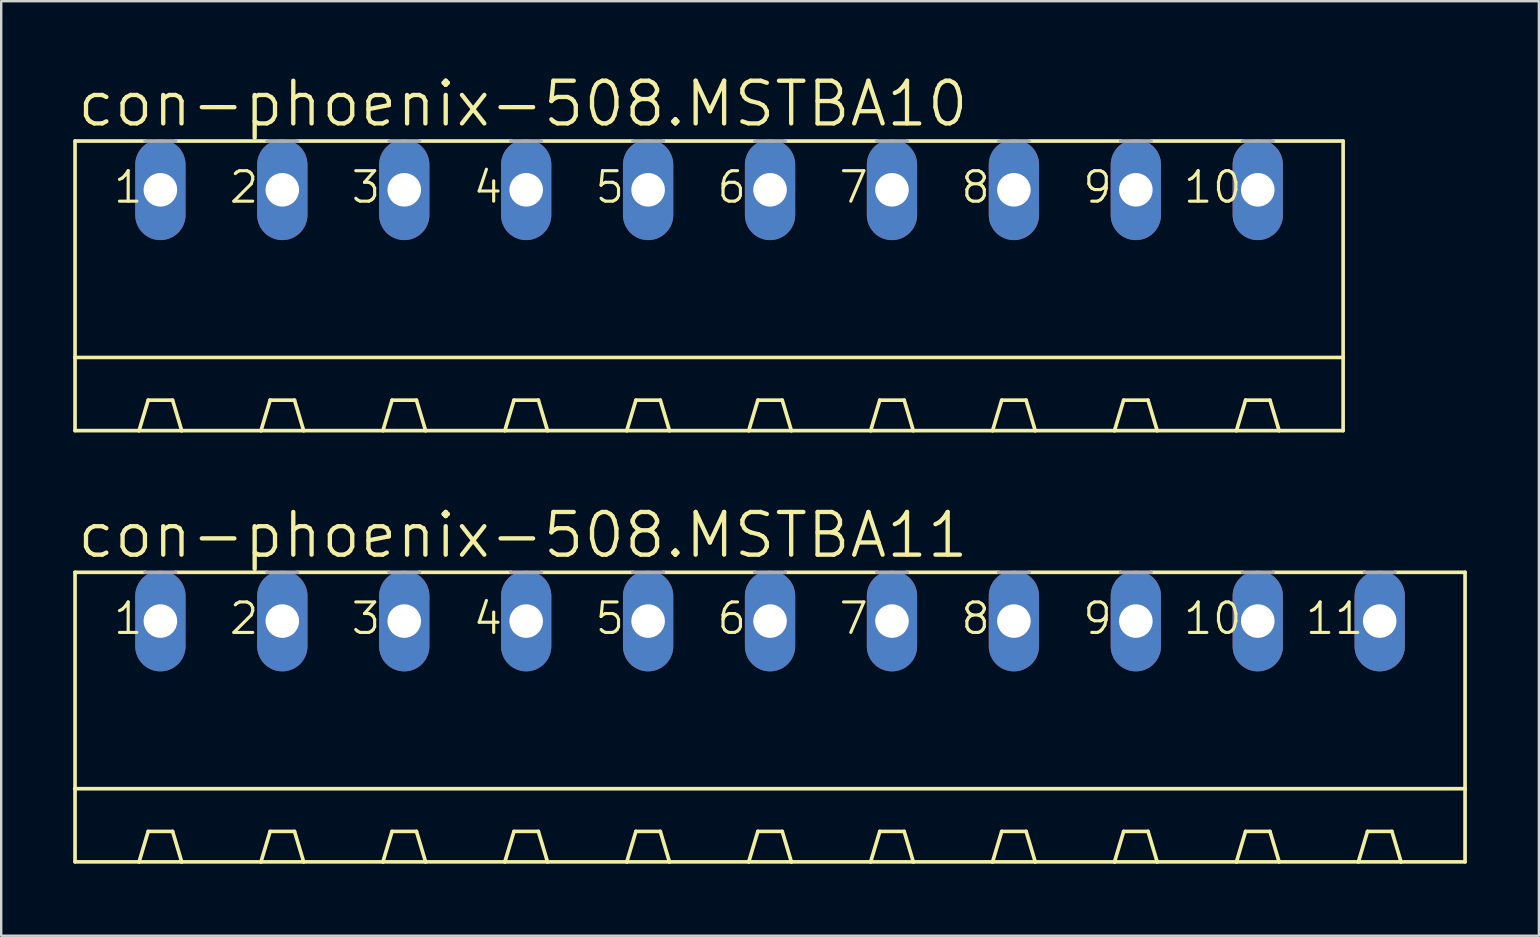
<source format=kicad_pcb>
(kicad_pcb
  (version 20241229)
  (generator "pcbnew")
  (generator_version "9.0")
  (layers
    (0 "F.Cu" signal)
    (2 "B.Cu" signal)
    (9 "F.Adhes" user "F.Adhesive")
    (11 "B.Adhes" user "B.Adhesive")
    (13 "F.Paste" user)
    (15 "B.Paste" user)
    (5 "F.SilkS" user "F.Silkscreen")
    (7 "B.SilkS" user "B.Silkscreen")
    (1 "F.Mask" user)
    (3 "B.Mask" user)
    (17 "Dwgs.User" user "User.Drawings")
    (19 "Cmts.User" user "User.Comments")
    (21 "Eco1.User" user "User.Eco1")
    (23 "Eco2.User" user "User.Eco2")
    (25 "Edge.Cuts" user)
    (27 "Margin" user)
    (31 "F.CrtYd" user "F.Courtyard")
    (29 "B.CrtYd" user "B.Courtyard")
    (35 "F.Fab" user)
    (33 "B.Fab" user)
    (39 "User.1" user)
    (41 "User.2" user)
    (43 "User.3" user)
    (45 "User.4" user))
  (footprint "con-phoenix-508.MSTBA10"
    (layer "F.Cu")
    (at 26.492 9.938)
    (property "Reference" "con-phoenix-508.MSTBA10" (at -26.416 -7.62 0) (layer "F.SilkS") (effects (font (size 1.778 1.778) (thickness 0.18)) (justify left bottom)))
    (attr through_hole)
    (fp_line (start -26.416 -7.112) (end -26.416 1.905) (stroke (width 0.152) (type default)) (layer "F.SilkS"))
    (fp_line (start -26.416 -7.112) (end -23.495 -7.112) (stroke (width 0.152) (type default)) (layer "F.SilkS"))
    (fp_line (start -26.416 1.905) (end -26.416 4.953) (stroke (width 0.152) (type default)) (layer "F.SilkS"))
    (fp_line (start -26.416 1.905) (end 26.416 1.905) (stroke (width 0.152) (type default)) (layer "F.SilkS"))
    (fp_line (start -26.416 4.953) (end -23.749 4.953) (stroke (width 0.152) (type default)) (layer "F.SilkS"))
    (fp_line (start -23.749 4.953) (end -23.368 3.683) (stroke (width 0.152) (type default)) (layer "F.SilkS"))
    (fp_line (start -23.749 4.953) (end -21.971 4.953) (stroke (width 0.152) (type default)) (layer "F.SilkS"))
    (fp_line (start -22.352 3.683) (end -23.368 3.683) (stroke (width 0.152) (type default)) (layer "F.SilkS"))
    (fp_line (start -22.225 -7.112) (end -18.415 -7.112) (stroke (width 0.152) (type default)) (layer "F.SilkS"))
    (fp_line (start -21.971 4.953) (end -22.352 3.683) (stroke (width 0.152) (type default)) (layer "F.SilkS"))
    (fp_line (start -21.971 4.953) (end -18.669 4.953) (stroke (width 0.152) (type default)) (layer "F.SilkS"))
    (fp_line (start -18.669 4.953) (end -18.288 3.683) (stroke (width 0.152) (type default)) (layer "F.SilkS"))
    (fp_line (start -18.669 4.953) (end -16.891 4.953) (stroke (width 0.152) (type default)) (layer "F.SilkS"))
    (fp_line (start -18.288 3.683) (end -17.272 3.683) (stroke (width 0.152) (type default)) (layer "F.SilkS"))
    (fp_line (start -17.145 -7.112) (end -13.335 -7.112) (stroke (width 0.152) (type default)) (layer "F.SilkS"))
    (fp_line (start -16.891 4.953) (end -17.272 3.683) (stroke (width 0.152) (type default)) (layer "F.SilkS"))
    (fp_line (start -16.891 4.953) (end -13.589 4.953) (stroke (width 0.152) (type default)) (layer "F.SilkS"))
    (fp_line (start -13.589 4.953) (end -13.208 3.683) (stroke (width 0.152) (type default)) (layer "F.SilkS"))
    (fp_line (start -13.589 4.953) (end -11.811 4.953) (stroke (width 0.152) (type default)) (layer "F.SilkS"))
    (fp_line (start -13.208 3.683) (end -12.192 3.683) (stroke (width 0.152) (type default)) (layer "F.SilkS"))
    (fp_line (start -12.065 -7.112) (end -8.255 -7.112) (stroke (width 0.152) (type default)) (layer "F.SilkS"))
    (fp_line (start -11.811 4.953) (end -12.192 3.683) (stroke (width 0.152) (type default)) (layer "F.SilkS"))
    (fp_line (start -11.811 4.953) (end -8.509 4.953) (stroke (width 0.152) (type default)) (layer "F.SilkS"))
    (fp_line (start -8.509 4.953) (end -8.128 3.683) (stroke (width 0.152) (type default)) (layer "F.SilkS"))
    (fp_line (start -8.509 4.953) (end -6.731 4.953) (stroke (width 0.152) (type default)) (layer "F.SilkS"))
    (fp_line (start -8.128 3.683) (end -7.112 3.683) (stroke (width 0.152) (type default)) (layer "F.SilkS"))
    (fp_line (start -6.985 -7.112) (end -3.175 -7.112) (stroke (width 0.152) (type default)) (layer "F.SilkS"))
    (fp_line (start -6.731 4.953) (end -7.112 3.683) (stroke (width 0.152) (type default)) (layer "F.SilkS"))
    (fp_line (start -6.731 4.953) (end -3.429 4.953) (stroke (width 0.152) (type default)) (layer "F.SilkS"))
    (fp_line (start -3.429 4.953) (end -3.048 3.683) (stroke (width 0.152) (type default)) (layer "F.SilkS"))
    (fp_line (start -3.429 4.953) (end -1.651 4.953) (stroke (width 0.152) (type default)) (layer "F.SilkS"))
    (fp_line (start -3.048 3.683) (end -2.032 3.683) (stroke (width 0.152) (type default)) (layer "F.SilkS"))
    (fp_line (start -1.905 -7.112) (end 1.905 -7.112) (stroke (width 0.152) (type default)) (layer "F.SilkS"))
    (fp_line (start -1.651 4.953) (end -2.032 3.683) (stroke (width 0.152) (type default)) (layer "F.SilkS"))
    (fp_line (start -1.651 4.953) (end 1.651 4.953) (stroke (width 0.152) (type default)) (layer "F.SilkS"))
    (fp_line (start 1.651 4.953) (end 2.032 3.683) (stroke (width 0.152) (type default)) (layer "F.SilkS"))
    (fp_line (start 1.651 4.953) (end 3.429 4.953) (stroke (width 0.152) (type default)) (layer "F.SilkS"))
    (fp_line (start 2.032 3.683) (end 3.048 3.683) (stroke (width 0.152) (type default)) (layer "F.SilkS"))
    (fp_line (start 3.175 -7.112) (end 6.985 -7.112) (stroke (width 0.152) (type default)) (layer "F.SilkS"))
    (fp_line (start 3.429 4.953) (end 3.048 3.683) (stroke (width 0.152) (type default)) (layer "F.SilkS"))
    (fp_line (start 3.429 4.953) (end 6.731 4.953) (stroke (width 0.152) (type default)) (layer "F.SilkS"))
    (fp_line (start 6.731 4.953) (end 7.112 3.683) (stroke (width 0.152) (type default)) (layer "F.SilkS"))
    (fp_line (start 6.731 4.953) (end 8.509 4.953) (stroke (width 0.152) (type default)) (layer "F.SilkS"))
    (fp_line (start 7.112 3.683) (end 8.128 3.683) (stroke (width 0.152) (type default)) (layer "F.SilkS"))
    (fp_line (start 8.255 -7.112) (end 12.065 -7.112) (stroke (width 0.152) (type default)) (layer "F.SilkS"))
    (fp_line (start 8.509 4.953) (end 8.128 3.683) (stroke (width 0.152) (type default)) (layer "F.SilkS"))
    (fp_line (start 8.509 4.953) (end 11.811 4.953) (stroke (width 0.152) (type default)) (layer "F.SilkS"))
    (fp_line (start 11.811 4.953) (end 12.192 3.683) (stroke (width 0.152) (type default)) (layer "F.SilkS"))
    (fp_line (start 11.811 4.953) (end 13.589 4.953) (stroke (width 0.152) (type default)) (layer "F.SilkS"))
    (fp_line (start 12.192 3.683) (end 13.208 3.683) (stroke (width 0.152) (type default)) (layer "F.SilkS"))
    (fp_line (start 13.335 -7.112) (end 17.145 -7.112) (stroke (width 0.152) (type default)) (layer "F.SilkS"))
    (fp_line (start 13.589 4.953) (end 13.208 3.683) (stroke (width 0.152) (type default)) (layer "F.SilkS"))
    (fp_line (start 13.589 4.953) (end 16.891 4.953) (stroke (width 0.152) (type default)) (layer "F.SilkS"))
    (fp_line (start 16.891 4.953) (end 17.272 3.683) (stroke (width 0.152) (type default)) (layer "F.SilkS"))
    (fp_line (start 16.891 4.953) (end 18.669 4.953) (stroke (width 0.152) (type default)) (layer "F.SilkS"))
    (fp_line (start 17.272 3.683) (end 18.288 3.683) (stroke (width 0.152) (type default)) (layer "F.SilkS"))
    (fp_line (start 18.415 -7.112) (end 22.225 -7.112) (stroke (width 0.152) (type default)) (layer "F.SilkS"))
    (fp_line (start 18.669 4.953) (end 18.288 3.683) (stroke (width 0.152) (type default)) (layer "F.SilkS"))
    (fp_line (start 18.669 4.953) (end 21.971 4.953) (stroke (width 0.152) (type default)) (layer "F.SilkS"))
    (fp_line (start 21.971 4.953) (end 22.352 3.683) (stroke (width 0.152) (type default)) (layer "F.SilkS"))
    (fp_line (start 21.971 4.953) (end 23.749 4.953) (stroke (width 0.152) (type default)) (layer "F.SilkS"))
    (fp_line (start 22.352 3.683) (end 23.368 3.683) (stroke (width 0.152) (type default)) (layer "F.SilkS"))
    (fp_line (start 23.495 -7.112) (end 26.416 -7.112) (stroke (width 0.152) (type default)) (layer "F.SilkS"))
    (fp_line (start 23.749 4.953) (end 23.368 3.683) (stroke (width 0.152) (type default)) (layer "F.SilkS"))
    (fp_line (start 23.749 4.953) (end 26.416 4.953) (stroke (width 0.152) (type default)) (layer "F.SilkS"))
    (fp_line (start 26.416 -7.112) (end 26.416 1.905) (stroke (width 0.152) (type default)) (layer "F.SilkS"))
    (fp_line (start 26.416 1.905) (end 26.416 4.953) (stroke (width 0.152) (type default)) (layer "F.SilkS"))
    (fp_line (start -23.495 -7.112) (end -22.225 -7.112) (stroke (width 0.152) (type default)) (layer "F.Fab"))
    (fp_line (start -18.415 -7.112) (end -17.145 -7.112) (stroke (width 0.152) (type default)) (layer "F.Fab"))
    (fp_line (start -13.335 -7.112) (end -12.065 -7.112) (stroke (width 0.152) (type default)) (layer "F.Fab"))
    (fp_line (start -8.255 -7.112) (end -6.985 -7.112) (stroke (width 0.152) (type default)) (layer "F.Fab"))
    (fp_line (start -3.175 -7.112) (end -1.905 -7.112) (stroke (width 0.152) (type default)) (layer "F.Fab"))
    (fp_line (start 1.905 -7.112) (end 3.175 -7.112) (stroke (width 0.152) (type default)) (layer "F.Fab"))
    (fp_line (start 6.985 -7.112) (end 8.255 -7.112) (stroke (width 0.152) (type default)) (layer "F.Fab"))
    (fp_line (start 12.065 -7.112) (end 13.335 -7.112) (stroke (width 0.152) (type default)) (layer "F.Fab"))
    (fp_line (start 17.145 -7.112) (end 18.415 -7.112) (stroke (width 0.152) (type default)) (layer "F.Fab"))
    (fp_line (start 22.225 -7.112) (end 23.495 -7.112) (stroke (width 0.152) (type default)) (layer "F.Fab"))
    (fp_text user "6" (at 0.254 -4.445 0) (layer "F.SilkS") (effects (font (size 1.27 1.27) (thickness 0.13)) (justify left bottom)))
    (fp_text user "9" (at 15.494 -4.445 0) (layer "F.SilkS") (effects (font (size 1.27 1.27) (thickness 0.13)) (justify left bottom)))
    (fp_text user "7" (at 5.334 -4.445 0) (layer "F.SilkS") (effects (font (size 1.27 1.27) (thickness 0.13)) (justify left bottom)))
    (fp_text user "3" (at -14.986 -4.445 0) (layer "F.SilkS") (effects (font (size 1.27 1.27) (thickness 0.13)) (justify left bottom)))
    (fp_text user "10" (at 19.685 -4.445 0) (layer "F.SilkS") (effects (font (size 1.27 1.27) (thickness 0.13)) (justify left bottom)))
    (fp_text user "5" (at -4.826 -4.445 0) (layer "F.SilkS") (effects (font (size 1.27 1.27) (thickness 0.13)) (justify left bottom)))
    (fp_text user "1" (at -24.892 -4.445 0) (layer "F.SilkS") (effects (font (size 1.27 1.27) (thickness 0.13)) (justify left bottom)))
    (fp_text user "4" (at -9.906 -4.445 0) (layer "F.SilkS") (effects (font (size 1.27 1.27) (thickness 0.13)) (justify left bottom)))
    (fp_text user "2" (at -20.066 -4.445 0) (layer "F.SilkS") (effects (font (size 1.27 1.27) (thickness 0.13)) (justify left bottom)))
    (fp_text user "8" (at 10.414 -4.445 0) (layer "F.SilkS") (effects (font (size 1.27 1.27) (thickness 0.13)) (justify left bottom)))
    (pad "1" thru_hole oval (at -22.86 -5.08 90) (size 4.191 2.095) (drill 1.397) (layers "*.Cu" "*.Mask"))
    (pad "2" thru_hole oval (at -17.78 -5.08 90) (size 4.191 2.095) (drill 1.397) (layers "*.Cu" "*.Mask"))
    (pad "3" thru_hole oval (at -12.7 -5.08 90) (size 4.191 2.095) (drill 1.397) (layers "*.Cu" "*.Mask"))
    (pad "4" thru_hole oval (at -7.62 -5.08 90) (size 4.191 2.095) (drill 1.397) (layers "*.Cu" "*.Mask"))
    (pad "5" thru_hole oval (at -2.54 -5.08 90) (size 4.191 2.095) (drill 1.397) (layers "*.Cu" "*.Mask"))
    (pad "6" thru_hole oval (at 2.54 -5.08 90) (size 4.191 2.095) (drill 1.397) (layers "*.Cu" "*.Mask"))
    (pad "7" thru_hole oval (at 7.62 -5.08 90) (size 4.191 2.095) (drill 1.397) (layers "*.Cu" "*.Mask"))
    (pad "8" thru_hole oval (at 12.7 -5.08 90) (size 4.191 2.095) (drill 1.397) (layers "*.Cu" "*.Mask"))
    (pad "9" thru_hole oval (at 17.78 -5.08 90) (size 4.191 2.095) (drill 1.397) (layers "*.Cu" "*.Mask"))
    (pad "10" thru_hole oval (at 22.86 -5.08 90) (size 4.191 2.095) (drill 1.397) (layers "*.Cu" "*.Mask")))
  (footprint "con-phoenix-508.MSTBA11"
    (layer "F.Cu")
    (at 29.032 27.905)
    (property "Reference" "con-phoenix-508.MSTBA11" (at -28.956 -7.62 0) (layer "F.SilkS") (effects (font (size 1.778 1.778) (thickness 0.18)) (justify left bottom)))
    (attr through_hole)
    (fp_line (start -28.956 -7.112) (end -28.956 1.905) (stroke (width 0.152) (type default)) (layer "F.SilkS"))
    (fp_line (start -28.956 -7.112) (end -26.035 -7.112) (stroke (width 0.152) (type default)) (layer "F.SilkS"))
    (fp_line (start -28.956 1.905) (end -28.956 4.953) (stroke (width 0.152) (type default)) (layer "F.SilkS"))
    (fp_line (start -28.956 1.905) (end 28.956 1.905) (stroke (width 0.152) (type default)) (layer "F.SilkS"))
    (fp_line (start -28.956 4.953) (end -26.289 4.953) (stroke (width 0.152) (type default)) (layer "F.SilkS"))
    (fp_line (start -26.289 4.953) (end -25.908 3.683) (stroke (width 0.152) (type default)) (layer "F.SilkS"))
    (fp_line (start -26.289 4.953) (end -24.511 4.953) (stroke (width 0.152) (type default)) (layer "F.SilkS"))
    (fp_line (start -24.892 3.683) (end -25.908 3.683) (stroke (width 0.152) (type default)) (layer "F.SilkS"))
    (fp_line (start -24.765 -7.112) (end -20.955 -7.112) (stroke (width 0.152) (type default)) (layer "F.SilkS"))
    (fp_line (start -24.511 4.953) (end -24.892 3.683) (stroke (width 0.152) (type default)) (layer "F.SilkS"))
    (fp_line (start -24.511 4.953) (end -21.209 4.953) (stroke (width 0.152) (type default)) (layer "F.SilkS"))
    (fp_line (start -21.209 4.953) (end -20.828 3.683) (stroke (width 0.152) (type default)) (layer "F.SilkS"))
    (fp_line (start -21.209 4.953) (end -19.431 4.953) (stroke (width 0.152) (type default)) (layer "F.SilkS"))
    (fp_line (start -20.828 3.683) (end -19.812 3.683) (stroke (width 0.152) (type default)) (layer "F.SilkS"))
    (fp_line (start -19.685 -7.112) (end -15.875 -7.112) (stroke (width 0.152) (type default)) (layer "F.SilkS"))
    (fp_line (start -19.431 4.953) (end -19.812 3.683) (stroke (width 0.152) (type default)) (layer "F.SilkS"))
    (fp_line (start -19.431 4.953) (end -16.129 4.953) (stroke (width 0.152) (type default)) (layer "F.SilkS"))
    (fp_line (start -16.129 4.953) (end -15.748 3.683) (stroke (width 0.152) (type default)) (layer "F.SilkS"))
    (fp_line (start -16.129 4.953) (end -14.351 4.953) (stroke (width 0.152) (type default)) (layer "F.SilkS"))
    (fp_line (start -15.748 3.683) (end -14.732 3.683) (stroke (width 0.152) (type default)) (layer "F.SilkS"))
    (fp_line (start -14.605 -7.112) (end -10.795 -7.112) (stroke (width 0.152) (type default)) (layer "F.SilkS"))
    (fp_line (start -14.351 4.953) (end -14.732 3.683) (stroke (width 0.152) (type default)) (layer "F.SilkS"))
    (fp_line (start -14.351 4.953) (end -11.049 4.953) (stroke (width 0.152) (type default)) (layer "F.SilkS"))
    (fp_line (start -11.049 4.953) (end -10.668 3.683) (stroke (width 0.152) (type default)) (layer "F.SilkS"))
    (fp_line (start -11.049 4.953) (end -9.271 4.953) (stroke (width 0.152) (type default)) (layer "F.SilkS"))
    (fp_line (start -10.668 3.683) (end -9.652 3.683) (stroke (width 0.152) (type default)) (layer "F.SilkS"))
    (fp_line (start -9.525 -7.112) (end -5.715 -7.112) (stroke (width 0.152) (type default)) (layer "F.SilkS"))
    (fp_line (start -9.271 4.953) (end -9.652 3.683) (stroke (width 0.152) (type default)) (layer "F.SilkS"))
    (fp_line (start -9.271 4.953) (end -5.969 4.953) (stroke (width 0.152) (type default)) (layer "F.SilkS"))
    (fp_line (start -5.969 4.953) (end -5.588 3.683) (stroke (width 0.152) (type default)) (layer "F.SilkS"))
    (fp_line (start -5.969 4.953) (end -4.191 4.953) (stroke (width 0.152) (type default)) (layer "F.SilkS"))
    (fp_line (start -5.588 3.683) (end -4.572 3.683) (stroke (width 0.152) (type default)) (layer "F.SilkS"))
    (fp_line (start -4.445 -7.112) (end -0.635 -7.112) (stroke (width 0.152) (type default)) (layer "F.SilkS"))
    (fp_line (start -4.191 4.953) (end -4.572 3.683) (stroke (width 0.152) (type default)) (layer "F.SilkS"))
    (fp_line (start -4.191 4.953) (end -0.889 4.953) (stroke (width 0.152) (type default)) (layer "F.SilkS"))
    (fp_line (start -0.889 4.953) (end -0.508 3.683) (stroke (width 0.152) (type default)) (layer "F.SilkS"))
    (fp_line (start -0.889 4.953) (end 0.889 4.953) (stroke (width 0.152) (type default)) (layer "F.SilkS"))
    (fp_line (start -0.508 3.683) (end 0.508 3.683) (stroke (width 0.152) (type default)) (layer "F.SilkS"))
    (fp_line (start 0.635 -7.112) (end 4.445 -7.112) (stroke (width 0.152) (type default)) (layer "F.SilkS"))
    (fp_line (start 0.889 4.953) (end 0.508 3.683) (stroke (width 0.152) (type default)) (layer "F.SilkS"))
    (fp_line (start 0.889 4.953) (end 4.191 4.953) (stroke (width 0.152) (type default)) (layer "F.SilkS"))
    (fp_line (start 4.191 4.953) (end 4.572 3.683) (stroke (width 0.152) (type default)) (layer "F.SilkS"))
    (fp_line (start 4.191 4.953) (end 5.969 4.953) (stroke (width 0.152) (type default)) (layer "F.SilkS"))
    (fp_line (start 4.572 3.683) (end 5.588 3.683) (stroke (width 0.152) (type default)) (layer "F.SilkS"))
    (fp_line (start 5.715 -7.112) (end 9.525 -7.112) (stroke (width 0.152) (type default)) (layer "F.SilkS"))
    (fp_line (start 5.969 4.953) (end 5.588 3.683) (stroke (width 0.152) (type default)) (layer "F.SilkS"))
    (fp_line (start 5.969 4.953) (end 9.271 4.953) (stroke (width 0.152) (type default)) (layer "F.SilkS"))
    (fp_line (start 9.271 4.953) (end 9.652 3.683) (stroke (width 0.152) (type default)) (layer "F.SilkS"))
    (fp_line (start 9.271 4.953) (end 11.049 4.953) (stroke (width 0.152) (type default)) (layer "F.SilkS"))
    (fp_line (start 9.652 3.683) (end 10.668 3.683) (stroke (width 0.152) (type default)) (layer "F.SilkS"))
    (fp_line (start 10.795 -7.112) (end 14.605 -7.112) (stroke (width 0.152) (type default)) (layer "F.SilkS"))
    (fp_line (start 11.049 4.953) (end 10.668 3.683) (stroke (width 0.152) (type default)) (layer "F.SilkS"))
    (fp_line (start 11.049 4.953) (end 14.351 4.953) (stroke (width 0.152) (type default)) (layer "F.SilkS"))
    (fp_line (start 14.351 4.953) (end 14.732 3.683) (stroke (width 0.152) (type default)) (layer "F.SilkS"))
    (fp_line (start 14.351 4.953) (end 16.129 4.953) (stroke (width 0.152) (type default)) (layer "F.SilkS"))
    (fp_line (start 14.732 3.683) (end 15.748 3.683) (stroke (width 0.152) (type default)) (layer "F.SilkS"))
    (fp_line (start 15.875 -7.112) (end 19.685 -7.112) (stroke (width 0.152) (type default)) (layer "F.SilkS"))
    (fp_line (start 16.129 4.953) (end 15.748 3.683) (stroke (width 0.152) (type default)) (layer "F.SilkS"))
    (fp_line (start 16.129 4.953) (end 19.431 4.953) (stroke (width 0.152) (type default)) (layer "F.SilkS"))
    (fp_line (start 19.431 4.953) (end 19.812 3.683) (stroke (width 0.152) (type default)) (layer "F.SilkS"))
    (fp_line (start 19.431 4.953) (end 21.209 4.953) (stroke (width 0.152) (type default)) (layer "F.SilkS"))
    (fp_line (start 19.812 3.683) (end 20.828 3.683) (stroke (width 0.152) (type default)) (layer "F.SilkS"))
    (fp_line (start 20.955 -7.112) (end 24.765 -7.112) (stroke (width 0.152) (type default)) (layer "F.SilkS"))
    (fp_line (start 21.209 4.953) (end 20.828 3.683) (stroke (width 0.152) (type default)) (layer "F.SilkS"))
    (fp_line (start 21.209 4.953) (end 24.511 4.953) (stroke (width 0.152) (type default)) (layer "F.SilkS"))
    (fp_line (start 24.511 4.953) (end 24.892 3.683) (stroke (width 0.152) (type default)) (layer "F.SilkS"))
    (fp_line (start 24.511 4.953) (end 26.289 4.953) (stroke (width 0.152) (type default)) (layer "F.SilkS"))
    (fp_line (start 24.892 3.683) (end 25.908 3.683) (stroke (width 0.152) (type default)) (layer "F.SilkS"))
    (fp_line (start 26.035 -7.112) (end 28.956 -7.112) (stroke (width 0.152) (type default)) (layer "F.SilkS"))
    (fp_line (start 26.289 4.953) (end 25.908 3.683) (stroke (width 0.152) (type default)) (layer "F.SilkS"))
    (fp_line (start 26.289 4.953) (end 28.956 4.953) (stroke (width 0.152) (type default)) (layer "F.SilkS"))
    (fp_line (start 28.956 -7.112) (end 28.956 1.905) (stroke (width 0.152) (type default)) (layer "F.SilkS"))
    (fp_line (start 28.956 1.905) (end 28.956 4.953) (stroke (width 0.152) (type default)) (layer "F.SilkS"))
    (fp_line (start -26.035 -7.112) (end -24.765 -7.112) (stroke (width 0.152) (type default)) (layer "F.Fab"))
    (fp_line (start -20.955 -7.112) (end -19.685 -7.112) (stroke (width 0.152) (type default)) (layer "F.Fab"))
    (fp_line (start -15.875 -7.112) (end -14.605 -7.112) (stroke (width 0.152) (type default)) (layer "F.Fab"))
    (fp_line (start -10.795 -7.112) (end -9.525 -7.112) (stroke (width 0.152) (type default)) (layer "F.Fab"))
    (fp_line (start -5.715 -7.112) (end -4.445 -7.112) (stroke (width 0.152) (type default)) (layer "F.Fab"))
    (fp_line (start -0.635 -7.112) (end 0.635 -7.112) (stroke (width 0.152) (type default)) (layer "F.Fab"))
    (fp_line (start 4.445 -7.112) (end 5.715 -7.112) (stroke (width 0.152) (type default)) (layer "F.Fab"))
    (fp_line (start 9.525 -7.112) (end 10.795 -7.112) (stroke (width 0.152) (type default)) (layer "F.Fab"))
    (fp_line (start 14.605 -7.112) (end 15.875 -7.112) (stroke (width 0.152) (type default)) (layer "F.Fab"))
    (fp_line (start 19.685 -7.112) (end 20.955 -7.112) (stroke (width 0.152) (type default)) (layer "F.Fab"))
    (fp_line (start 24.765 -7.112) (end 26.035 -7.112) (stroke (width 0.152) (type default)) (layer "F.Fab"))
    (fp_text user "2" (at -22.606 -4.445 0) (layer "F.SilkS") (effects (font (size 1.27 1.27) (thickness 0.13)) (justify left bottom)))
    (fp_text user "6" (at -2.286 -4.445 0) (layer "F.SilkS") (effects (font (size 1.27 1.27) (thickness 0.13)) (justify left bottom)))
    (fp_text user "3" (at -17.526 -4.445 0) (layer "F.SilkS") (effects (font (size 1.27 1.27) (thickness 0.13)) (justify left bottom)))
    (fp_text user "10" (at 17.145 -4.445 0) (layer "F.SilkS") (effects (font (size 1.27 1.27) (thickness 0.13)) (justify left bottom)))
    (fp_text user "7" (at 2.794 -4.445 0) (layer "F.SilkS") (effects (font (size 1.27 1.27) (thickness 0.13)) (justify left bottom)))
    (fp_text user "4" (at -12.446 -4.445 0) (layer "F.SilkS") (effects (font (size 1.27 1.27) (thickness 0.13)) (justify left bottom)))
    (fp_text user "8" (at 7.874 -4.445 0) (layer "F.SilkS") (effects (font (size 1.27 1.27) (thickness 0.13)) (justify left bottom)))
    (fp_text user "9" (at 12.954 -4.445 0) (layer "F.SilkS") (effects (font (size 1.27 1.27) (thickness 0.13)) (justify left bottom)))
    (fp_text user "5" (at -7.366 -4.445 0) (layer "F.SilkS") (effects (font (size 1.27 1.27) (thickness 0.13)) (justify left bottom)))
    (fp_text user "11" (at 22.225 -4.445 0) (layer "F.SilkS") (effects (font (size 1.27 1.27) (thickness 0.13)) (justify left bottom)))
    (fp_text user "1" (at -27.432 -4.445 0) (layer "F.SilkS") (effects (font (size 1.27 1.27) (thickness 0.13)) (justify left bottom)))
    (pad "1" thru_hole oval (at -25.4 -5.08 90) (size 4.191 2.095) (drill 1.397) (layers "*.Cu" "*.Mask"))
    (pad "2" thru_hole oval (at -20.32 -5.08 90) (size 4.191 2.095) (drill 1.397) (layers "*.Cu" "*.Mask"))
    (pad "3" thru_hole oval (at -15.24 -5.08 90) (size 4.191 2.095) (drill 1.397) (layers "*.Cu" "*.Mask"))
    (pad "4" thru_hole oval (at -10.16 -5.08 90) (size 4.191 2.095) (drill 1.397) (layers "*.Cu" "*.Mask"))
    (pad "5" thru_hole oval (at -5.08 -5.08 90) (size 4.191 2.095) (drill 1.397) (layers "*.Cu" "*.Mask"))
    (pad "6" thru_hole oval (at 0 -5.08 90) (size 4.191 2.095) (drill 1.397) (layers "*.Cu" "*.Mask"))
    (pad "7" thru_hole oval (at 5.08 -5.08 90) (size 4.191 2.095) (drill 1.397) (layers "*.Cu" "*.Mask"))
    (pad "8" thru_hole oval (at 10.16 -5.08 90) (size 4.191 2.095) (drill 1.397) (layers "*.Cu" "*.Mask"))
    (pad "9" thru_hole oval (at 15.24 -5.08 90) (size 4.191 2.095) (drill 1.397) (layers "*.Cu" "*.Mask"))
    (pad "10" thru_hole oval (at 20.32 -5.08 90) (size 4.191 2.095) (drill 1.397) (layers "*.Cu" "*.Mask"))
    (pad "11" thru_hole oval (at 25.4 -5.08 90) (size 4.191 2.095) (drill 1.397) (layers "*.Cu" "*.Mask")))
  (gr_rect
    (start -3 -3)
    (end 61.064 35.934)
    (stroke (width 0.1) (type default))
    (fill no)
    (layer "Edge.Cuts")))
</source>
